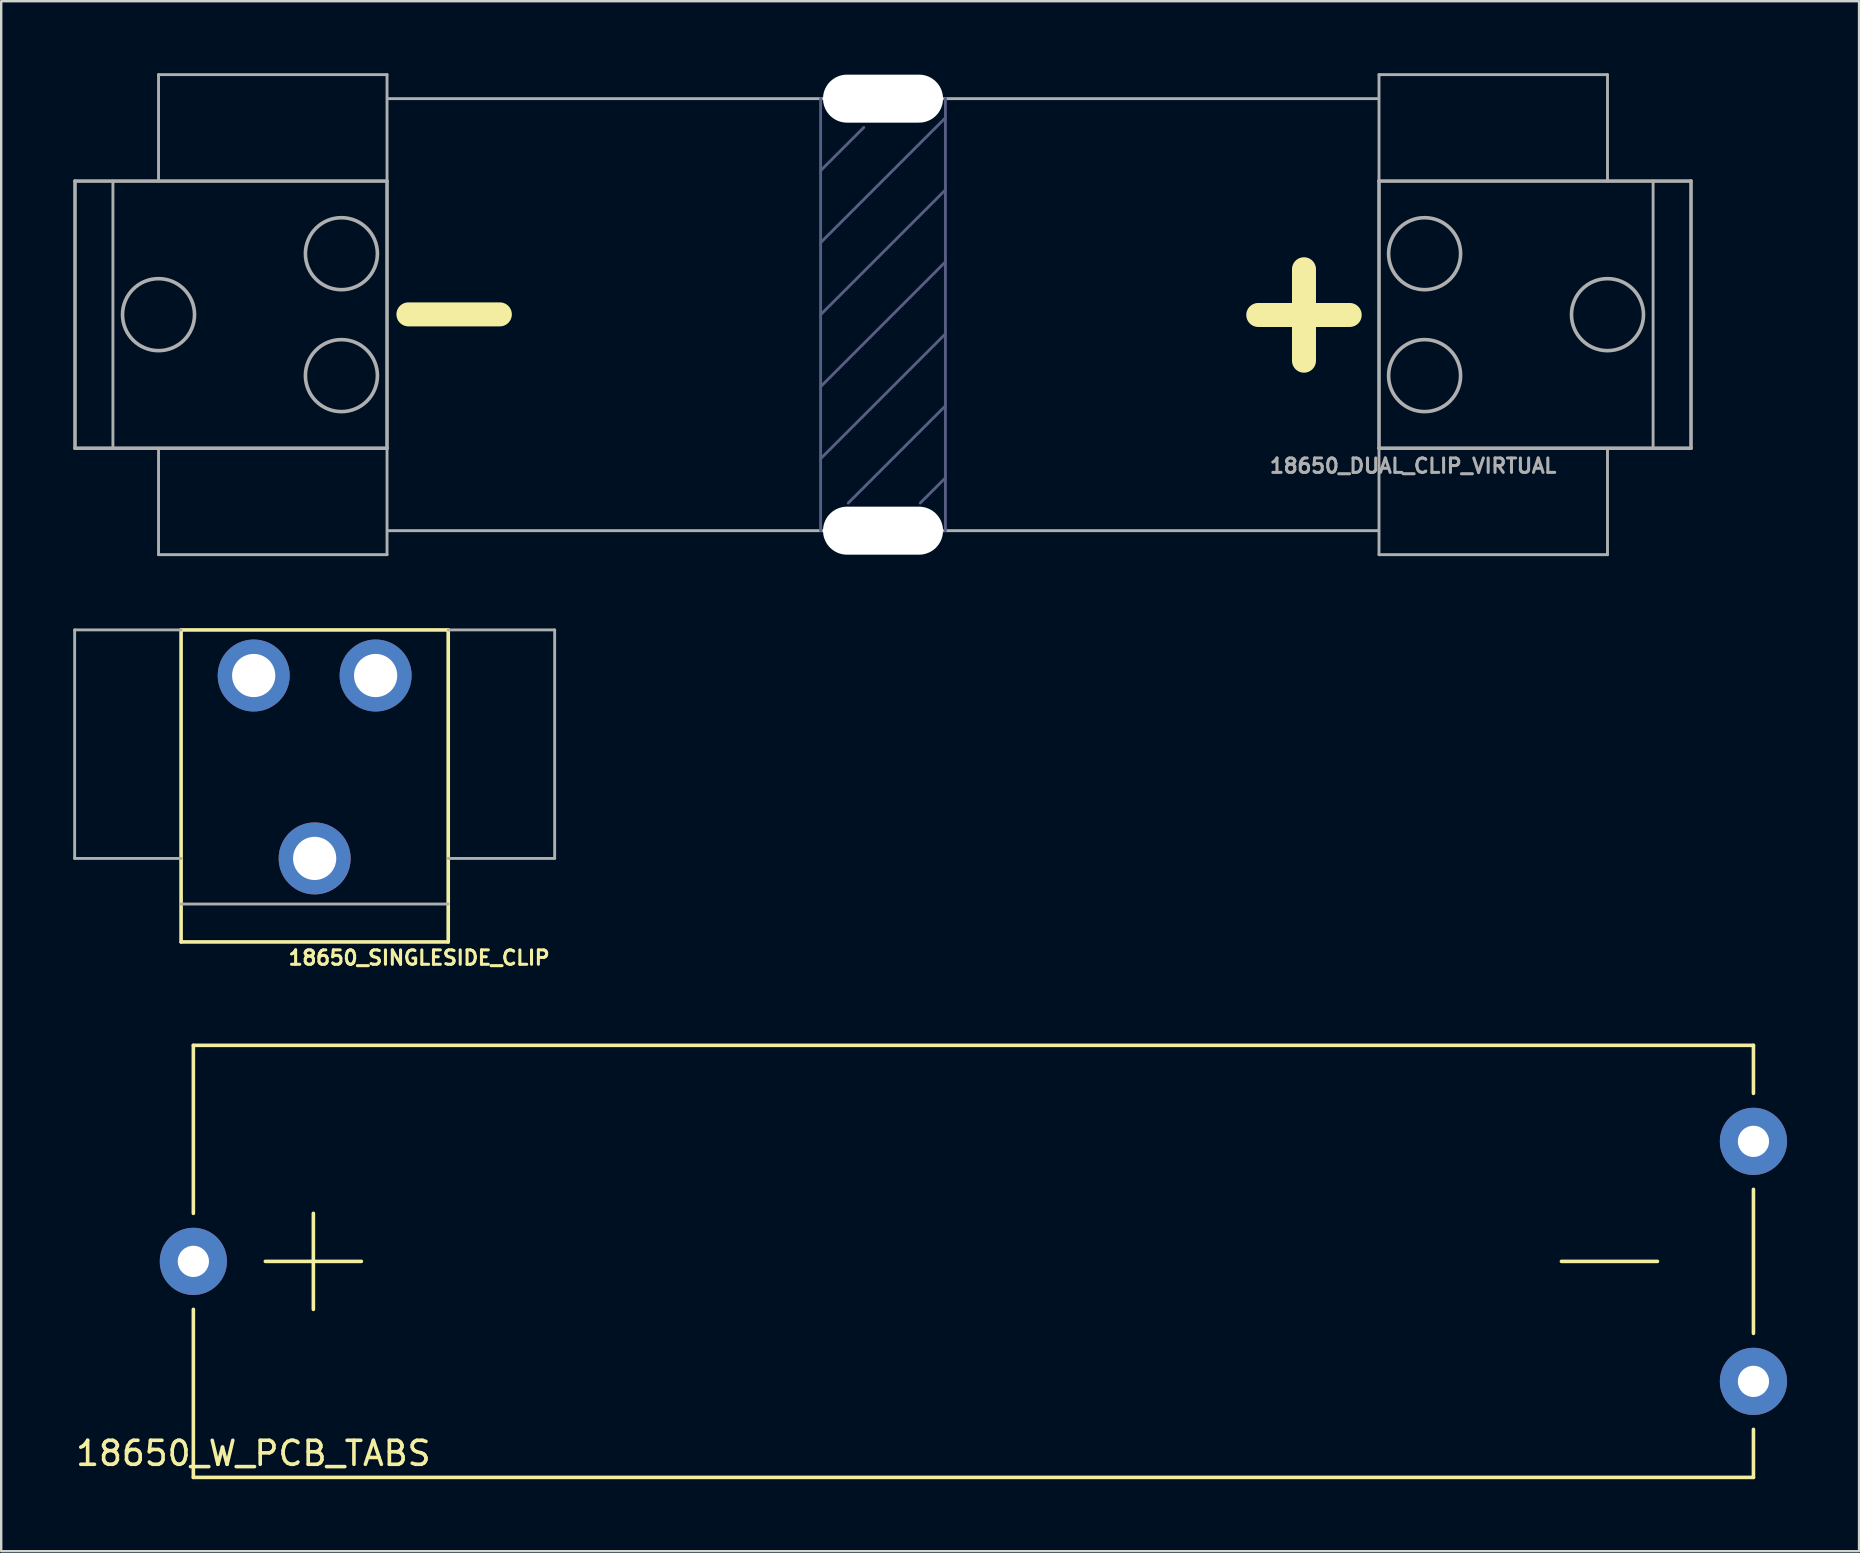
<source format=kicad_pcb>
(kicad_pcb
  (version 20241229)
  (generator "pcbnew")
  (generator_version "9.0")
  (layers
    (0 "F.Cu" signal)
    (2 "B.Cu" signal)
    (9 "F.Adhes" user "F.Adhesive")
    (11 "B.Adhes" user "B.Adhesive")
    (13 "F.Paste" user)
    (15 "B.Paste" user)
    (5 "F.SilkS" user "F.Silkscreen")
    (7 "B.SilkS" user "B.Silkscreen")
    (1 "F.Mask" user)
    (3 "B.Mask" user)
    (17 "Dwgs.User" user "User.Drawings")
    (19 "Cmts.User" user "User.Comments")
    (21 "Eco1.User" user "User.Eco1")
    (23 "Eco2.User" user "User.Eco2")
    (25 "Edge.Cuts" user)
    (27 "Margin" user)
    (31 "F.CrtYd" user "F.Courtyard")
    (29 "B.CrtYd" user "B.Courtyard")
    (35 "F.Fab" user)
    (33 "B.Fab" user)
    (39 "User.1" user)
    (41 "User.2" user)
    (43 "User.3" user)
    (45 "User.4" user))
  (footprint "18650_W_PCB_TABS"
    (layer "F.Cu")
    (at 37.506 49.504)
    (property "Reference" "18650_W_PCB_TABS" (at -30 8 0) (layer "F.SilkS") (effects (font (size 1 1) (thickness 0.15))))
    (attr through_hole)
    (fp_line (start -32.5 -9) (end 32.5 -9) (stroke (width 0.15) (type solid)) (layer "F.SilkS"))
    (fp_line (start -32.5 -2) (end -32.5 -9) (stroke (width 0.15) (type solid)) (layer "F.SilkS"))
    (fp_line (start -32.5 9) (end -32.5 2) (stroke (width 0.15) (type solid)) (layer "F.SilkS"))
    (fp_line (start -29.5 0) (end -25.5 0) (stroke (width 0.15) (type solid)) (layer "F.SilkS"))
    (fp_line (start -27.5 -2) (end -27.5 2) (stroke (width 0.15) (type solid)) (layer "F.SilkS"))
    (fp_line (start 24.5 0) (end 28.5 0) (stroke (width 0.15) (type solid)) (layer "F.SilkS"))
    (fp_line (start 32.5 -9) (end 32.5 -7) (stroke (width 0.15) (type solid)) (layer "F.SilkS"))
    (fp_line (start 32.5 -3) (end 32.5 3) (stroke (width 0.15) (type solid)) (layer "F.SilkS"))
    (fp_line (start 32.5 9) (end -32.5 9) (stroke (width 0.15) (type solid)) (layer "F.SilkS"))
    (fp_line (start 32.5 9) (end 32.5 7) (stroke (width 0.15) (type solid)) (layer "F.SilkS"))
    (pad "1" thru_hole circle (at -32.5 0) (size 2.8 2.8) (drill 1.3) (layers "*.Cu" "*.Mask"))
    (pad "2" thru_hole circle (at 32.5 -5) (size 2.8 2.8) (drill 1.3) (layers "*.Cu" "*.Mask"))
    (pad "2" thru_hole circle (at 32.5 5) (size 2.8 2.8) (drill 1.3) (layers "*.Cu" "*.Mask")))
  (footprint "18650_SINGLESIDE_CLIP"
    (layer "F.Cu")
    (at 10.06 28.905)
    (property "Reference" "18650_SINGLESIDE_CLIP" (at 4.35 7.95 0) (layer "F.SilkS") (effects (font (size 0.6 0.6) (thickness 0.127))))
    (attr through_hole)
    (fp_line (start -5.565 -5.71) (end 5.565 -5.71) (stroke (width 0.15) (type solid)) (layer "F.SilkS"))
    (fp_line (start -5.565 7.29) (end -5.565 -5.71) (stroke (width 0.15) (type solid)) (layer "F.SilkS"))
    (fp_line (start -5.565 7.29) (end 5.565 7.29) (stroke (width 0.15) (type solid)) (layer "F.SilkS"))
    (fp_line (start 5.565 -5.71) (end 5.565 7.29) (stroke (width 0.15) (type solid)) (layer "F.SilkS"))
    (fp_line (start -10 -5.71) (end -10 3.81) (stroke (width 0.12) (type solid)) (layer "F.Fab"))
    (fp_line (start -10 3.81) (end -5.565 3.81) (stroke (width 0.12) (type solid)) (layer "F.Fab"))
    (fp_line (start -5.565 -5.71) (end -10 -5.71) (stroke (width 0.12) (type solid)) (layer "F.Fab"))
    (fp_line (start -5.565 5.71) (end 5.565 5.71) (stroke (width 0.12) (type solid)) (layer "F.Fab"))
    (fp_line (start 5.565 3.81) (end 10 3.81) (stroke (width 0.12) (type solid)) (layer "F.Fab"))
    (fp_line (start 10 -5.71) (end 5.565 -5.71) (stroke (width 0.12) (type solid)) (layer "F.Fab"))
    (fp_line (start 10 3.81) (end 10 -5.71) (stroke (width 0.12) (type solid)) (layer "F.Fab"))
    (pad "1" thru_hole circle (at -2.54 -3.81) (size 3 3) (drill 1.8) (layers "*.Cu" "*.Mask"))
    (pad "1" thru_hole circle (at 0 3.81) (size 3 3) (drill 1.8) (layers "*.Cu" "*.Mask"))
    (pad "1" thru_hole circle (at 2.54 -3.81) (size 3 3) (drill 1.8) (layers "*.Cu" "*.Mask")))
  (footprint "18650_DUAL_CLIP_VIRTUAL"
    (layer "F.Cu")
    (at 33.74 10.06)
    (property "Reference" "18650_DUAL_CLIP_VIRTUAL" (at 22.085 6.3 180) (layer "F.Fab") (effects (font (size 0.6 0.6) (thickness 0.127))))
    (attr exclude_from_pos_files exclude_from_bom)
    (fp_line (start -2.6 -9) (end -2.6 9) (stroke (width 0.12) (type solid)) (layer "B.Fab"))
    (fp_line (start -2.6 -6) (end -0.8 -7.8) (stroke (width 0.12) (type solid)) (layer "B.Fab"))
    (fp_line (start -2.6 -3) (end 2.6 -8.2) (stroke (width 0.12) (type solid)) (layer "B.Fab"))
    (fp_line (start -2.6 0) (end 2.6 -5.2) (stroke (width 0.12) (type solid)) (layer "B.Fab"))
    (fp_line (start -2.6 3) (end 2.6 -2.2) (stroke (width 0.12) (type solid)) (layer "B.Fab"))
    (fp_line (start -2.6 6) (end 2.6 0.8) (stroke (width 0.12) (type solid)) (layer "B.Fab"))
    (fp_line (start -1.45 7.85) (end 2.6 3.8) (stroke (width 0.12) (type solid)) (layer "B.Fab"))
    (fp_line (start 1.55 7.85) (end 2.6 6.8) (stroke (width 0.12) (type solid)) (layer "B.Fab"))
    (fp_line (start 2.6 -9) (end 2.6 9) (stroke (width 0.12) (type solid)) (layer "B.Fab"))
    (fp_line (start -33.665 -5.565) (end -33.665 5.565) (stroke (width 0.15) (type solid)) (layer "F.Fab"))
    (fp_line (start -33.665 -5.565) (end -20.665 -5.565) (stroke (width 0.15) (type solid)) (layer "F.Fab"))
    (fp_line (start -32.085 -5.565) (end -32.085 5.565) (stroke (width 0.12) (type solid)) (layer "F.Fab"))
    (fp_line (start -30.185 -10) (end -30.185 -5.565) (stroke (width 0.12) (type solid)) (layer "F.Fab"))
    (fp_line (start -30.185 5.565) (end -30.185 10) (stroke (width 0.12) (type solid)) (layer "F.Fab"))
    (fp_line (start -30.185 10) (end -20.665 10) (stroke (width 0.12) (type solid)) (layer "F.Fab"))
    (fp_line (start -20.665 -10) (end -30.185 -10) (stroke (width 0.12) (type solid)) (layer "F.Fab"))
    (fp_line (start -20.665 -5.565) (end -20.665 -10) (stroke (width 0.12) (type solid)) (layer "F.Fab"))
    (fp_line (start -20.665 -5.565) (end -20.665 5.565) (stroke (width 0.15) (type solid)) (layer "F.Fab"))
    (fp_line (start -20.665 5.565) (end -33.665 5.565) (stroke (width 0.15) (type solid)) (layer "F.Fab"))
    (fp_line (start -20.665 10) (end -20.665 5.565) (stroke (width 0.12) (type solid)) (layer "F.Fab"))
    (fp_line (start -20.65 -9) (end 20.65 -9) (stroke (width 0.12) (type solid)) (layer "F.Fab"))
    (fp_line (start -20.65 9) (end 20.65 9) (stroke (width 0.12) (type solid)) (layer "F.Fab"))
    (fp_line (start 20.665 -10) (end 20.665 -5.565) (stroke (width 0.12) (type solid)) (layer "F.Fab"))
    (fp_line (start 20.665 -5.565) (end 33.665 -5.565) (stroke (width 0.15) (type solid)) (layer "F.Fab"))
    (fp_line (start 20.665 5.565) (end 20.665 -5.565) (stroke (width 0.15) (type solid)) (layer "F.Fab"))
    (fp_line (start 20.665 5.565) (end 20.665 10) (stroke (width 0.12) (type solid)) (layer "F.Fab"))
    (fp_line (start 20.665 10) (end 30.185 10) (stroke (width 0.12) (type solid)) (layer "F.Fab"))
    (fp_line (start 30.185 -10) (end 20.665 -10) (stroke (width 0.12) (type solid)) (layer "F.Fab"))
    (fp_line (start 30.185 -5.565) (end 30.185 -10) (stroke (width 0.12) (type solid)) (layer "F.Fab"))
    (fp_line (start 30.185 10) (end 30.185 5.565) (stroke (width 0.12) (type solid)) (layer "F.Fab"))
    (fp_line (start 32.085 5.565) (end 32.085 -5.565) (stroke (width 0.12) (type solid)) (layer "F.Fab"))
    (fp_line (start 33.665 5.565) (end 20.665 5.565) (stroke (width 0.15) (type solid)) (layer "F.Fab"))
    (fp_line (start 33.665 5.565) (end 33.665 -5.565) (stroke (width 0.15) (type solid)) (layer "F.Fab"))
    (fp_circle (center -30.185 0) (end -28.685 0) (stroke (width 0.15) (type solid)) (fill no) (layer "F.Fab"))
    (fp_circle (center -22.565 -2.54) (end -21.065 -2.54) (stroke (width 0.15) (type solid)) (fill no) (layer "F.Fab"))
    (fp_circle (center -22.565 2.54) (end -21.065 2.54) (stroke (width 0.15) (type solid)) (fill no) (layer "F.Fab"))
    (fp_circle (center 22.565 -2.54) (end 24.065 -2.54) (stroke (width 0.15) (type solid)) (fill no) (layer "F.Fab"))
    (fp_circle (center 22.565 2.54) (end 24.065 2.54) (stroke (width 0.15) (type solid)) (fill no) (layer "F.Fab"))
    (fp_circle (center 30.185 0) (end 31.685 0) (stroke (width 0.15) (type solid)) (fill no) (layer "F.Fab"))
    (fp_text user "+" (at 17.183 0.013 90) (layer "F.SilkS") (effects (font (size 5 5) (thickness 1))))
    (fp_text user "-" (at -17.869 -0.368 180) (layer "F.SilkS") (effects (font (size 5 5) (thickness 1))))
    (pad "" np_thru_hole oval (at 0 -9 180) (size 5 2) (drill oval 5 2) (layers "*.Cu" "*.Mask"))
    (pad "" np_thru_hole oval (at 0 9) (size 5 2) (drill oval 5 2) (layers "*.Cu" "*.Mask")))
  (gr_rect
    (start -3 -3)
    (end 74.406 61.579)
    (stroke (width 0.1) (type default))
    (fill no)
    (layer "Edge.Cuts")))
</source>
